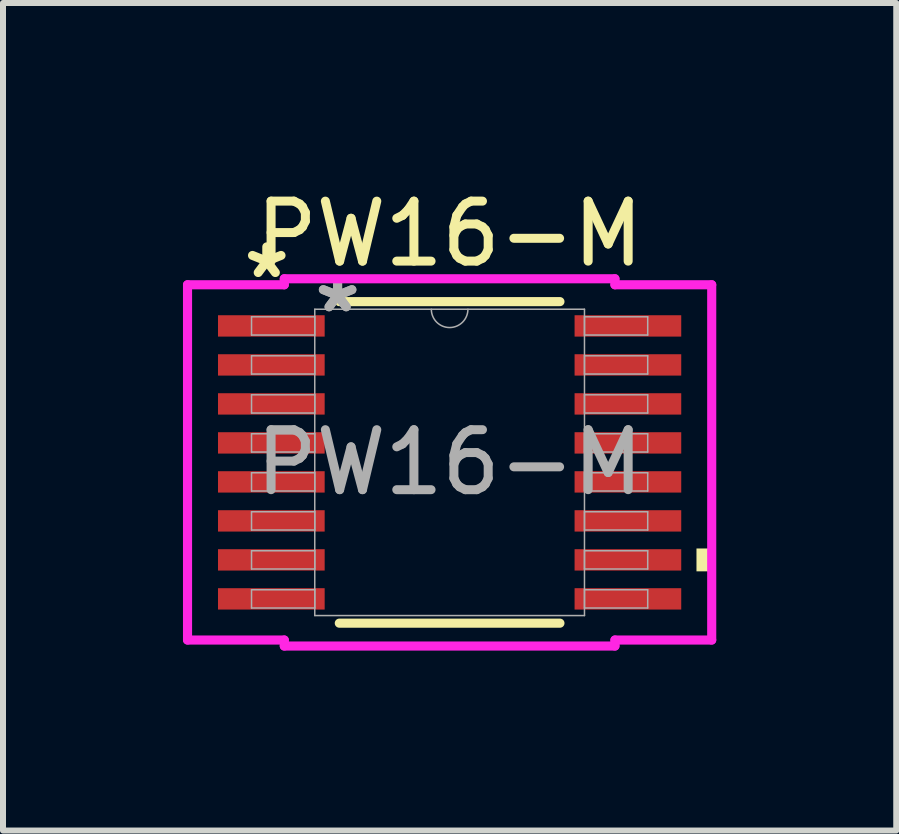
<source format=kicad_pcb>
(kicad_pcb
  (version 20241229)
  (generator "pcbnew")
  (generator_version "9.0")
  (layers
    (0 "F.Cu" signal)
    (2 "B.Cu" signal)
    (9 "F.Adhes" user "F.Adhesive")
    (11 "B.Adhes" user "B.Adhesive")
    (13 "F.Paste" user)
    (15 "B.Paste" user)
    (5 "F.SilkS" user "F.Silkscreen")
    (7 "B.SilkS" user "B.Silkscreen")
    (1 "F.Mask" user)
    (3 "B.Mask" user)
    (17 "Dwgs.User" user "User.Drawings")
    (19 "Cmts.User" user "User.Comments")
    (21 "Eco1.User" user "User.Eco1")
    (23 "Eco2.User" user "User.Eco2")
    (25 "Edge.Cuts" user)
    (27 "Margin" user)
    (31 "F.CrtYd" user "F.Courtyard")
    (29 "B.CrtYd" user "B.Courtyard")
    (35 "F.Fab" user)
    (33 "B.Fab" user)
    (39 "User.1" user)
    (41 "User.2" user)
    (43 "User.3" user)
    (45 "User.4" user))
  (footprint "PW16-M"
    (layer "F.Cu")
    (at 4.445 4.658)
    (property "Reference" "PW16-M" (at 0 -3.81 0) (unlocked yes) (layer "F.SilkS") (effects (font (size 1 1) (thickness 0.15))))
    (attr smd allow_soldermask_bridges)
    (fp_line (start -1.839 2.68) (end 1.839 2.68) (stroke (width 0.152) (type solid)) (layer "F.SilkS"))
    (fp_line (start 1.839 -2.68) (end -1.839 -2.68) (stroke (width 0.152) (type solid)) (layer "F.SilkS"))
    (fp_poly (pts (xy 4.369 1.435) (xy 4.369 1.816) (xy 4.115 1.816) (xy 4.115 1.435)) (stroke (width 0) (type solid)) (fill yes) (layer "F.SilkS"))
    (fp_line (start -4.369 -2.961) (end -2.756 -2.961) (stroke (width 0.152) (type solid)) (layer "F.CrtYd"))
    (fp_line (start -4.369 2.961) (end -4.369 -2.961) (stroke (width 0.152) (type solid)) (layer "F.CrtYd"))
    (fp_line (start -4.369 2.961) (end -2.756 2.961) (stroke (width 0.152) (type solid)) (layer "F.CrtYd"))
    (fp_line (start -2.756 -3.061) (end 2.756 -3.061) (stroke (width 0.152) (type solid)) (layer "F.CrtYd"))
    (fp_line (start -2.756 -2.961) (end -2.756 -3.061) (stroke (width 0.152) (type solid)) (layer "F.CrtYd"))
    (fp_line (start -2.756 3.061) (end -2.756 2.961) (stroke (width 0.152) (type solid)) (layer "F.CrtYd"))
    (fp_line (start 2.756 -3.061) (end 2.756 -2.961) (stroke (width 0.152) (type solid)) (layer "F.CrtYd"))
    (fp_line (start 2.756 2.961) (end 2.756 3.061) (stroke (width 0.152) (type solid)) (layer "F.CrtYd"))
    (fp_line (start 2.756 3.061) (end -2.756 3.061) (stroke (width 0.152) (type solid)) (layer "F.CrtYd"))
    (fp_line (start 4.369 -2.961) (end 2.756 -2.961) (stroke (width 0.152) (type solid)) (layer "F.CrtYd"))
    (fp_line (start 4.369 -2.961) (end 4.369 2.961) (stroke (width 0.152) (type solid)) (layer "F.CrtYd"))
    (fp_line (start 4.369 2.961) (end 2.756 2.961) (stroke (width 0.152) (type solid)) (layer "F.CrtYd"))
    (fp_line (start -3.302 -2.427) (end -3.302 -2.123) (stroke (width 0.025) (type solid)) (layer "F.Fab"))
    (fp_line (start -3.302 -2.123) (end -2.248 -2.123) (stroke (width 0.025) (type solid)) (layer "F.Fab"))
    (fp_line (start -3.302 -1.777) (end -3.302 -1.473) (stroke (width 0.025) (type solid)) (layer "F.Fab"))
    (fp_line (start -3.302 -1.473) (end -2.248 -1.473) (stroke (width 0.025) (type solid)) (layer "F.Fab"))
    (fp_line (start -3.302 -1.127) (end -3.302 -0.823) (stroke (width 0.025) (type solid)) (layer "F.Fab"))
    (fp_line (start -3.302 -0.823) (end -2.248 -0.823) (stroke (width 0.025) (type solid)) (layer "F.Fab"))
    (fp_line (start -3.302 -0.477) (end -3.302 -0.173) (stroke (width 0.025) (type solid)) (layer "F.Fab"))
    (fp_line (start -3.302 -0.173) (end -2.248 -0.173) (stroke (width 0.025) (type solid)) (layer "F.Fab"))
    (fp_line (start -3.302 0.173) (end -3.302 0.477) (stroke (width 0.025) (type solid)) (layer "F.Fab"))
    (fp_line (start -3.302 0.477) (end -2.248 0.477) (stroke (width 0.025) (type solid)) (layer "F.Fab"))
    (fp_line (start -3.302 0.823) (end -3.302 1.127) (stroke (width 0.025) (type solid)) (layer "F.Fab"))
    (fp_line (start -3.302 1.127) (end -2.248 1.127) (stroke (width 0.025) (type solid)) (layer "F.Fab"))
    (fp_line (start -3.302 1.473) (end -3.302 1.777) (stroke (width 0.025) (type solid)) (layer "F.Fab"))
    (fp_line (start -3.302 1.777) (end -2.248 1.777) (stroke (width 0.025) (type solid)) (layer "F.Fab"))
    (fp_line (start -3.302 2.123) (end -3.302 2.427) (stroke (width 0.025) (type solid)) (layer "F.Fab"))
    (fp_line (start -3.302 2.427) (end -2.248 2.427) (stroke (width 0.025) (type solid)) (layer "F.Fab"))
    (fp_line (start -2.248 -2.553) (end -2.248 2.553) (stroke (width 0.025) (type solid)) (layer "F.Fab"))
    (fp_line (start -2.248 -2.427) (end -3.302 -2.427) (stroke (width 0.025) (type solid)) (layer "F.Fab"))
    (fp_line (start -2.248 -2.123) (end -2.248 -2.427) (stroke (width 0.025) (type solid)) (layer "F.Fab"))
    (fp_line (start -2.248 -1.777) (end -3.302 -1.777) (stroke (width 0.025) (type solid)) (layer "F.Fab"))
    (fp_line (start -2.248 -1.473) (end -2.248 -1.777) (stroke (width 0.025) (type solid)) (layer "F.Fab"))
    (fp_line (start -2.248 -1.127) (end -3.302 -1.127) (stroke (width 0.025) (type solid)) (layer "F.Fab"))
    (fp_line (start -2.248 -0.823) (end -2.248 -1.127) (stroke (width 0.025) (type solid)) (layer "F.Fab"))
    (fp_line (start -2.248 -0.477) (end -3.302 -0.477) (stroke (width 0.025) (type solid)) (layer "F.Fab"))
    (fp_line (start -2.248 -0.173) (end -2.248 -0.477) (stroke (width 0.025) (type solid)) (layer "F.Fab"))
    (fp_line (start -2.248 0.173) (end -3.302 0.173) (stroke (width 0.025) (type solid)) (layer "F.Fab"))
    (fp_line (start -2.248 0.477) (end -2.248 0.173) (stroke (width 0.025) (type solid)) (layer "F.Fab"))
    (fp_line (start -2.248 0.823) (end -3.302 0.823) (stroke (width 0.025) (type solid)) (layer "F.Fab"))
    (fp_line (start -2.248 1.127) (end -2.248 0.823) (stroke (width 0.025) (type solid)) (layer "F.Fab"))
    (fp_line (start -2.248 1.473) (end -3.302 1.473) (stroke (width 0.025) (type solid)) (layer "F.Fab"))
    (fp_line (start -2.248 1.777) (end -2.248 1.473) (stroke (width 0.025) (type solid)) (layer "F.Fab"))
    (fp_line (start -2.248 2.123) (end -3.302 2.123) (stroke (width 0.025) (type solid)) (layer "F.Fab"))
    (fp_line (start -2.248 2.427) (end -2.248 2.123) (stroke (width 0.025) (type solid)) (layer "F.Fab"))
    (fp_line (start -2.248 2.553) (end 2.248 2.553) (stroke (width 0.025) (type solid)) (layer "F.Fab"))
    (fp_line (start 2.248 -2.553) (end -2.248 -2.553) (stroke (width 0.025) (type solid)) (layer "F.Fab"))
    (fp_line (start 2.248 -2.427) (end 2.248 -2.123) (stroke (width 0.025) (type solid)) (layer "F.Fab"))
    (fp_line (start 2.248 -2.123) (end 3.302 -2.123) (stroke (width 0.025) (type solid)) (layer "F.Fab"))
    (fp_line (start 2.248 -1.777) (end 2.248 -1.473) (stroke (width 0.025) (type solid)) (layer "F.Fab"))
    (fp_line (start 2.248 -1.473) (end 3.302 -1.473) (stroke (width 0.025) (type solid)) (layer "F.Fab"))
    (fp_line (start 2.248 -1.127) (end 2.248 -0.823) (stroke (width 0.025) (type solid)) (layer "F.Fab"))
    (fp_line (start 2.248 -0.823) (end 3.302 -0.823) (stroke (width 0.025) (type solid)) (layer "F.Fab"))
    (fp_line (start 2.248 -0.477) (end 2.248 -0.173) (stroke (width 0.025) (type solid)) (layer "F.Fab"))
    (fp_line (start 2.248 -0.173) (end 3.302 -0.173) (stroke (width 0.025) (type solid)) (layer "F.Fab"))
    (fp_line (start 2.248 0.173) (end 2.248 0.477) (stroke (width 0.025) (type solid)) (layer "F.Fab"))
    (fp_line (start 2.248 0.477) (end 3.302 0.477) (stroke (width 0.025) (type solid)) (layer "F.Fab"))
    (fp_line (start 2.248 0.823) (end 2.248 1.127) (stroke (width 0.025) (type solid)) (layer "F.Fab"))
    (fp_line (start 2.248 1.127) (end 3.302 1.127) (stroke (width 0.025) (type solid)) (layer "F.Fab"))
    (fp_line (start 2.248 1.473) (end 2.248 1.777) (stroke (width 0.025) (type solid)) (layer "F.Fab"))
    (fp_line (start 2.248 1.777) (end 3.302 1.777) (stroke (width 0.025) (type solid)) (layer "F.Fab"))
    (fp_line (start 2.248 2.123) (end 2.248 2.427) (stroke (width 0.025) (type solid)) (layer "F.Fab"))
    (fp_line (start 2.248 2.427) (end 3.302 2.427) (stroke (width 0.025) (type solid)) (layer "F.Fab"))
    (fp_line (start 2.248 2.553) (end 2.248 -2.553) (stroke (width 0.025) (type solid)) (layer "F.Fab"))
    (fp_line (start 3.302 -2.427) (end 2.248 -2.427) (stroke (width 0.025) (type solid)) (layer "F.Fab"))
    (fp_line (start 3.302 -2.123) (end 3.302 -2.427) (stroke (width 0.025) (type solid)) (layer "F.Fab"))
    (fp_line (start 3.302 -1.777) (end 2.248 -1.777) (stroke (width 0.025) (type solid)) (layer "F.Fab"))
    (fp_line (start 3.302 -1.473) (end 3.302 -1.777) (stroke (width 0.025) (type solid)) (layer "F.Fab"))
    (fp_line (start 3.302 -1.127) (end 2.248 -1.127) (stroke (width 0.025) (type solid)) (layer "F.Fab"))
    (fp_line (start 3.302 -0.823) (end 3.302 -1.127) (stroke (width 0.025) (type solid)) (layer "F.Fab"))
    (fp_line (start 3.302 -0.477) (end 2.248 -0.477) (stroke (width 0.025) (type solid)) (layer "F.Fab"))
    (fp_line (start 3.302 -0.173) (end 3.302 -0.477) (stroke (width 0.025) (type solid)) (layer "F.Fab"))
    (fp_line (start 3.302 0.173) (end 2.248 0.173) (stroke (width 0.025) (type solid)) (layer "F.Fab"))
    (fp_line (start 3.302 0.477) (end 3.302 0.173) (stroke (width 0.025) (type solid)) (layer "F.Fab"))
    (fp_line (start 3.302 0.823) (end 2.248 0.823) (stroke (width 0.025) (type solid)) (layer "F.Fab"))
    (fp_line (start 3.302 1.127) (end 3.302 0.823) (stroke (width 0.025) (type solid)) (layer "F.Fab"))
    (fp_line (start 3.302 1.473) (end 2.248 1.473) (stroke (width 0.025) (type solid)) (layer "F.Fab"))
    (fp_line (start 3.302 1.777) (end 3.302 1.473) (stroke (width 0.025) (type solid)) (layer "F.Fab"))
    (fp_line (start 3.302 2.123) (end 2.248 2.123) (stroke (width 0.025) (type solid)) (layer "F.Fab"))
    (fp_line (start 3.302 2.427) (end 3.302 2.123) (stroke (width 0.025) (type solid)) (layer "F.Fab"))
    (fp_arc (start 0.3048 -2.5527) (mid 0 -2.2479) (end -0.3048 -2.5527) (stroke (width 0.0254) (type solid)) (layer "F.Fab"))
    (fp_text user "*" (at -3.048 -3.048 0) (unlocked yes) (layer "F.SilkS") (effects (font (size 1 1) (thickness 0.15))))
    (fp_text user "*" (at -1.867 -2.477 0) (layer "F.Fab") (effects (font (size 1 1) (thickness 0.15))))
    (fp_text user "*" (at -1.867 -2.477 0) (unlocked yes) (layer "F.Fab") (effects (font (size 1 1) (thickness 0.15))))
    (fp_text user "${REFERENCE}" (at 0 0 0) (unlocked yes) (layer "F.Fab") (effects (font (size 1 1) (thickness 0.15))))
    (pad "1" smd rect (at -2.972 -2.275) (size 1.778 0.356) (layers "F.Cu" "F.Mask" "F.Paste"))
    (pad "2" smd rect (at -2.972 -1.625) (size 1.778 0.356) (layers "F.Cu" "F.Mask" "F.Paste"))
    (pad "3" smd rect (at -2.972 -0.975) (size 1.778 0.356) (layers "F.Cu" "F.Mask" "F.Paste"))
    (pad "4" smd rect (at -2.972 -0.325) (size 1.778 0.356) (layers "F.Cu" "F.Mask" "F.Paste"))
    (pad "5" smd rect (at -2.972 0.325) (size 1.778 0.356) (layers "F.Cu" "F.Mask" "F.Paste"))
    (pad "6" smd rect (at -2.972 0.975) (size 1.778 0.356) (layers "F.Cu" "F.Mask" "F.Paste"))
    (pad "7" smd rect (at -2.972 1.625) (size 1.778 0.356) (layers "F.Cu" "F.Mask" "F.Paste"))
    (pad "8" smd rect (at -2.972 2.275) (size 1.778 0.356) (layers "F.Cu" "F.Mask" "F.Paste"))
    (pad "9" smd rect (at 2.972 2.275) (size 1.778 0.356) (layers "F.Cu" "F.Mask" "F.Paste"))
    (pad "10" smd rect (at 2.972 1.625) (size 1.778 0.356) (layers "F.Cu" "F.Mask" "F.Paste"))
    (pad "11" smd rect (at 2.972 0.975) (size 1.778 0.356) (layers "F.Cu" "F.Mask" "F.Paste"))
    (pad "12" smd rect (at 2.972 0.325) (size 1.778 0.356) (layers "F.Cu" "F.Mask" "F.Paste"))
    (pad "13" smd rect (at 2.972 -0.325) (size 1.778 0.356) (layers "F.Cu" "F.Mask" "F.Paste"))
    (pad "14" smd rect (at 2.972 -0.975) (size 1.778 0.356) (layers "F.Cu" "F.Mask" "F.Paste"))
    (pad "15" smd rect (at 2.972 -1.625) (size 1.778 0.356) (layers "F.Cu" "F.Mask" "F.Paste"))
    (pad "16" smd rect (at 2.972 -2.275) (size 1.778 0.356) (layers "F.Cu" "F.Mask" "F.Paste")))
  (gr_rect
    (start -3 -3)
    (end 11.89 10.795)
    (stroke (width 0.1) (type default))
    (fill no)
    (layer "Edge.Cuts")))
</source>
